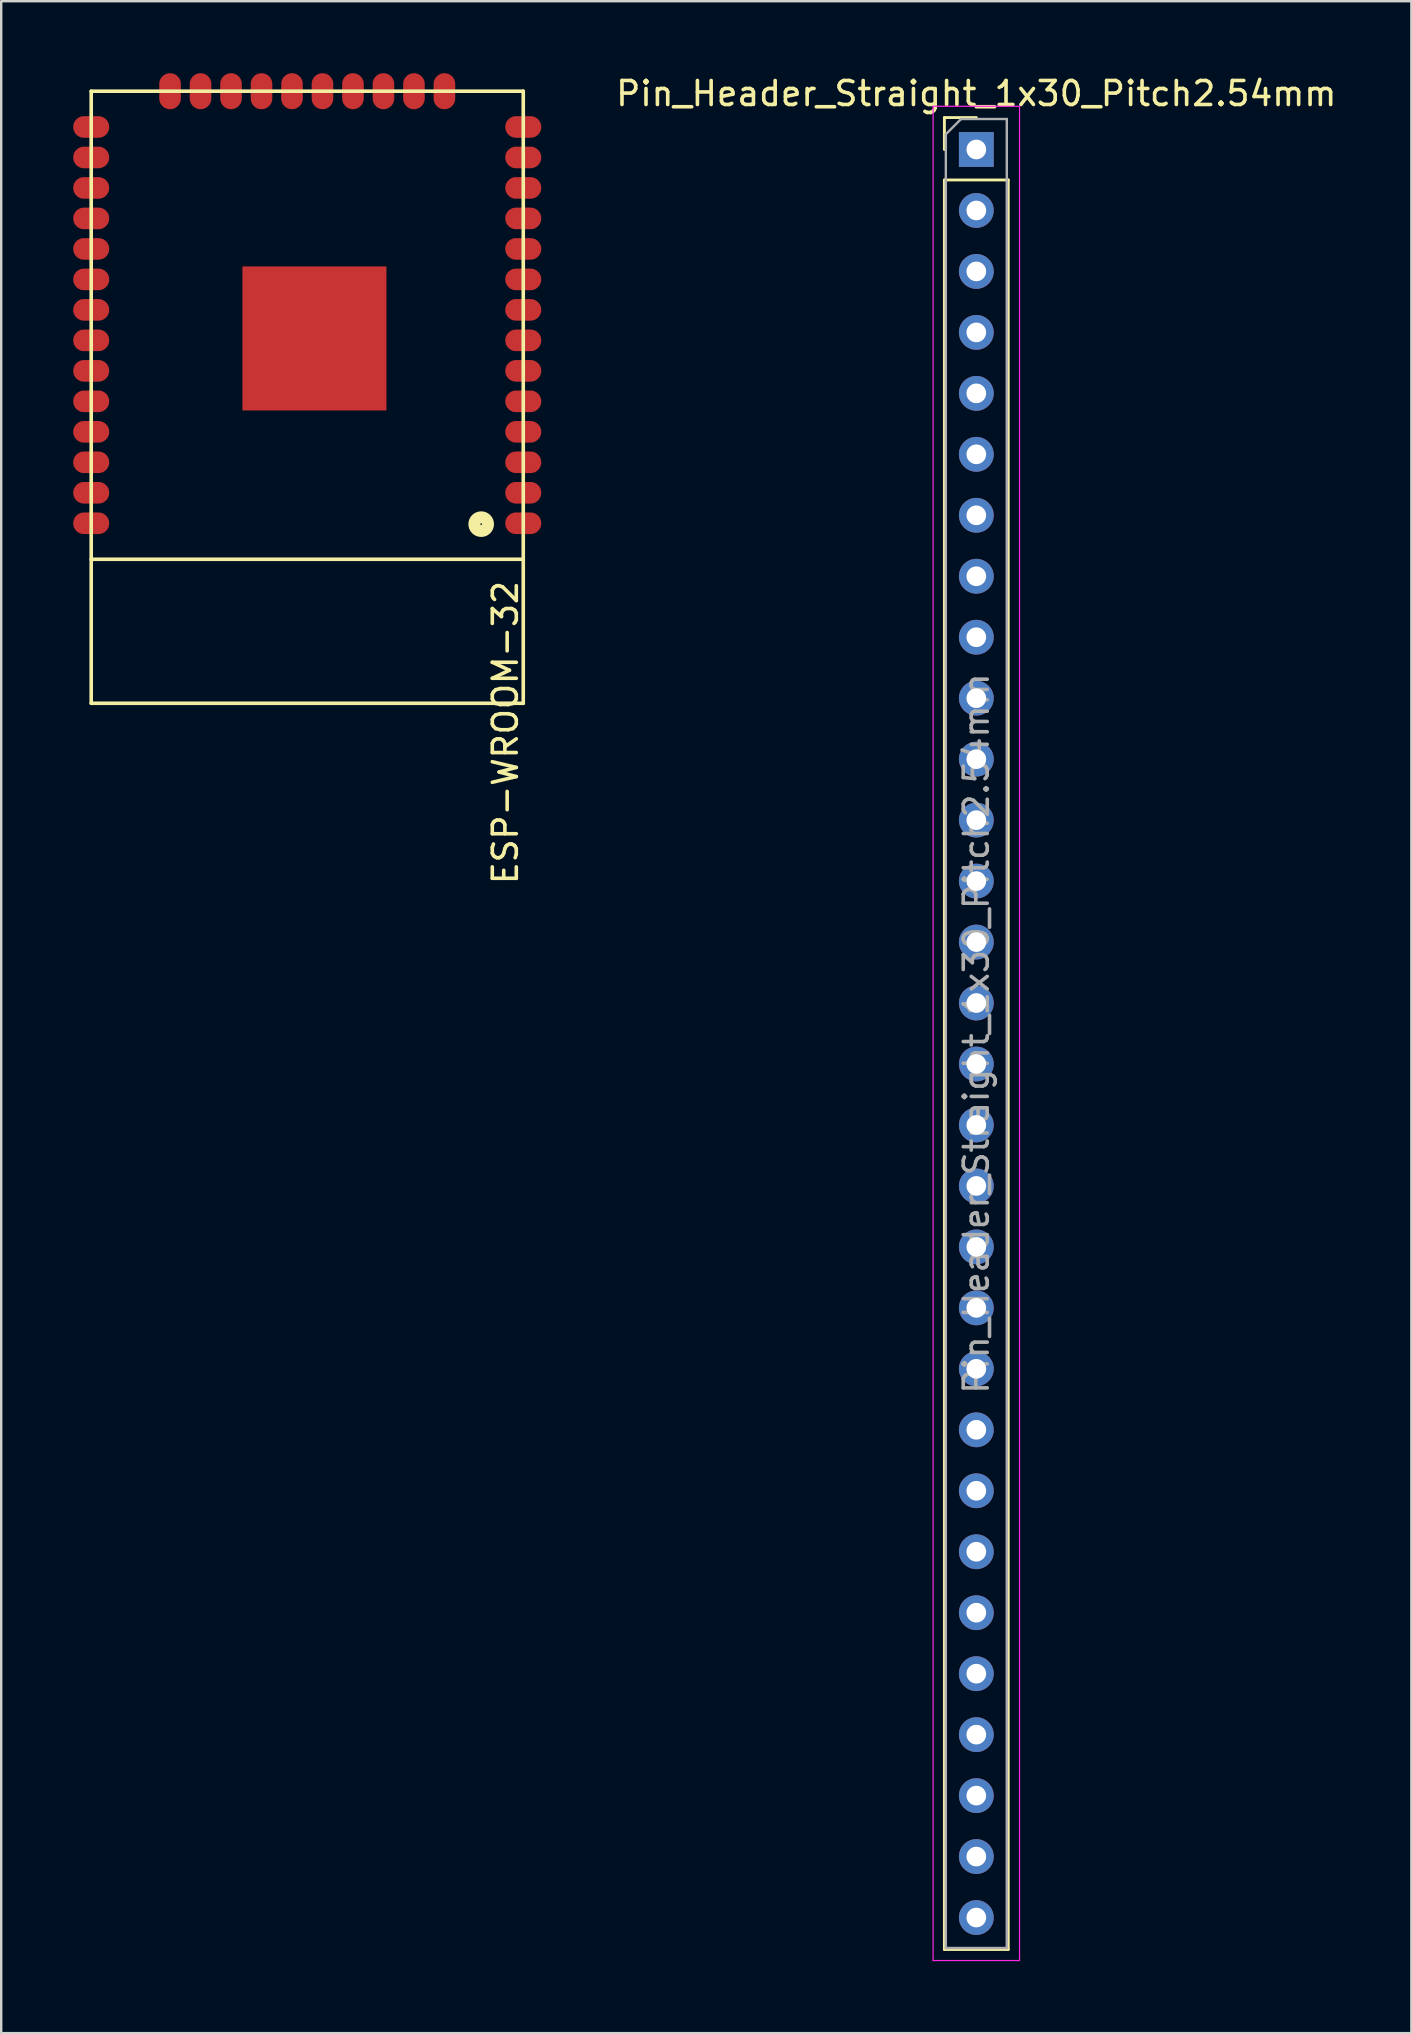
<source format=kicad_pcb>
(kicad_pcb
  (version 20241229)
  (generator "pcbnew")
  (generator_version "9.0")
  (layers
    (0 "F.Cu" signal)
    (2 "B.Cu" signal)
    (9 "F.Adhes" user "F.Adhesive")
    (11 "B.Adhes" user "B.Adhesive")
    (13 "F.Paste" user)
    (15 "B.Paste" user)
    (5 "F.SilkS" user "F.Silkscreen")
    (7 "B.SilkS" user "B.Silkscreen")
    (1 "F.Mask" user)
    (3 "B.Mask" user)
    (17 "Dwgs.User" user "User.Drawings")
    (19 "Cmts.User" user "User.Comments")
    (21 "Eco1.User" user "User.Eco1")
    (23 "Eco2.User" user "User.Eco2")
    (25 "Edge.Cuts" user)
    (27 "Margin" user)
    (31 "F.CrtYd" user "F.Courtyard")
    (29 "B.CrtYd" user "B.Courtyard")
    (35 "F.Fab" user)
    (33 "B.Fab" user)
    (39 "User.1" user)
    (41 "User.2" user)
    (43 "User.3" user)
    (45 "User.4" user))
  (footprint "Pin_Header_Straight_1x30_Pitch2.54mm"
    (layer "F.Cu")
    (at 37.625 3.178)
    (property "Reference" "Pin_Header_Straight_1x30_Pitch2.54mm" (at 0 -2.33 0) (layer "F.SilkS") (effects (font (size 1 1) (thickness 0.15))))
    (attr through_hole)
    (fp_line (start -1.33 -1.33) (end 0 -1.33) (stroke (width 0.12) (type solid)) (layer "F.SilkS"))
    (fp_line (start -1.33 0) (end -1.33 -1.33) (stroke (width 0.12) (type solid)) (layer "F.SilkS"))
    (fp_line (start -1.33 1.27) (end -1.33 74.99) (stroke (width 0.12) (type solid)) (layer "F.SilkS"))
    (fp_line (start -1.33 1.27) (end 1.33 1.27) (stroke (width 0.12) (type solid)) (layer "F.SilkS"))
    (fp_line (start -1.33 74.99) (end 1.33 74.99) (stroke (width 0.12) (type solid)) (layer "F.SilkS"))
    (fp_line (start 1.33 1.27) (end 1.33 74.99) (stroke (width 0.12) (type solid)) (layer "F.SilkS"))
    (fp_line (start -1.8 -1.8) (end -1.8 75.45) (stroke (width 0.05) (type solid)) (layer "F.CrtYd"))
    (fp_line (start -1.8 75.45) (end 1.8 75.45) (stroke (width 0.05) (type solid)) (layer "F.CrtYd"))
    (fp_line (start 1.8 -1.8) (end -1.8 -1.8) (stroke (width 0.05) (type solid)) (layer "F.CrtYd"))
    (fp_line (start 1.8 75.45) (end 1.8 -1.8) (stroke (width 0.05) (type solid)) (layer "F.CrtYd"))
    (fp_line (start -1.27 -0.635) (end -0.635 -1.27) (stroke (width 0.1) (type solid)) (layer "F.Fab"))
    (fp_line (start -1.27 74.93) (end -1.27 -0.635) (stroke (width 0.1) (type solid)) (layer "F.Fab"))
    (fp_line (start -0.635 -1.27) (end 1.27 -1.27) (stroke (width 0.1) (type solid)) (layer "F.Fab"))
    (fp_line (start 1.27 -1.27) (end 1.27 74.93) (stroke (width 0.1) (type solid)) (layer "F.Fab"))
    (fp_line (start 1.27 74.93) (end -1.27 74.93) (stroke (width 0.1) (type solid)) (layer "F.Fab"))
    (fp_text user "${REFERENCE}" (at 0 36.83 90) (layer "F.Fab") (effects (font (size 1 1) (thickness 0.15))))
    (pad "1" thru_hole rect (at 0 0) (size 1.45 1.45) (drill 0.82) (layers "*.Cu" "*.Mask"))
    (pad "2" thru_hole oval (at 0 2.54) (size 1.45 1.45) (drill 0.82) (layers "*.Cu" "*.Mask"))
    (pad "3" thru_hole oval (at 0 5.08) (size 1.45 1.45) (drill 0.82) (layers "*.Cu" "*.Mask"))
    (pad "4" thru_hole oval (at 0 7.62) (size 1.45 1.45) (drill 0.82) (layers "*.Cu" "*.Mask"))
    (pad "5" thru_hole oval (at 0 10.16) (size 1.45 1.45) (drill 0.82) (layers "*.Cu" "*.Mask"))
    (pad "6" thru_hole oval (at 0 12.7) (size 1.45 1.45) (drill 0.82) (layers "*.Cu" "*.Mask"))
    (pad "7" thru_hole oval (at 0 15.24) (size 1.45 1.45) (drill 0.82) (layers "*.Cu" "*.Mask"))
    (pad "8" thru_hole oval (at 0 17.78) (size 1.45 1.45) (drill 0.82) (layers "*.Cu" "*.Mask"))
    (pad "9" thru_hole oval (at 0 20.32) (size 1.45 1.45) (drill 0.82) (layers "*.Cu" "*.Mask"))
    (pad "10" thru_hole oval (at 0 22.86) (size 1.45 1.45) (drill 0.82) (layers "*.Cu" "*.Mask"))
    (pad "11" thru_hole oval (at 0 25.4) (size 1.45 1.45) (drill 0.82) (layers "*.Cu" "*.Mask"))
    (pad "12" thru_hole oval (at 0 27.94) (size 1.45 1.45) (drill 0.82) (layers "*.Cu" "*.Mask"))
    (pad "13" thru_hole oval (at 0 30.48) (size 1.45 1.45) (drill 0.82) (layers "*.Cu" "*.Mask"))
    (pad "14" thru_hole oval (at 0 33.02) (size 1.45 1.45) (drill 0.82) (layers "*.Cu" "*.Mask"))
    (pad "15" thru_hole oval (at 0 35.56) (size 1.45 1.45) (drill 0.82) (layers "*.Cu" "*.Mask"))
    (pad "16" thru_hole oval (at 0 38.1) (size 1.45 1.45) (drill 0.82) (layers "*.Cu" "*.Mask"))
    (pad "17" thru_hole oval (at 0 40.64) (size 1.45 1.45) (drill 0.82) (layers "*.Cu" "*.Mask"))
    (pad "18" thru_hole oval (at 0 43.18) (size 1.45 1.45) (drill 0.82) (layers "*.Cu" "*.Mask"))
    (pad "19" thru_hole oval (at 0 45.72) (size 1.45 1.45) (drill 0.82) (layers "*.Cu" "*.Mask"))
    (pad "20" thru_hole oval (at 0 48.26) (size 1.45 1.45) (drill 0.82) (layers "*.Cu" "*.Mask"))
    (pad "21" thru_hole oval (at 0 50.8) (size 1.45 1.45) (drill 0.82) (layers "*.Cu" "*.Mask"))
    (pad "22" thru_hole oval (at 0 53.34) (size 1.45 1.45) (drill 0.82) (layers "*.Cu" "*.Mask"))
    (pad "23" thru_hole oval (at 0 55.88) (size 1.45 1.45) (drill 0.82) (layers "*.Cu" "*.Mask"))
    (pad "24" thru_hole oval (at 0 58.42) (size 1.45 1.45) (drill 0.82) (layers "*.Cu" "*.Mask"))
    (pad "25" thru_hole oval (at 0 60.96) (size 1.45 1.45) (drill 0.82) (layers "*.Cu" "*.Mask"))
    (pad "26" thru_hole oval (at 0 63.5) (size 1.45 1.45) (drill 0.82) (layers "*.Cu" "*.Mask"))
    (pad "27" thru_hole oval (at 0 66.04) (size 1.45 1.45) (drill 0.82) (layers "*.Cu" "*.Mask"))
    (pad "28" thru_hole oval (at 0 68.58) (size 1.45 1.45) (drill 0.82) (layers "*.Cu" "*.Mask"))
    (pad "29" thru_hole oval (at 0 71.12) (size 1.45 1.45) (drill 0.82) (layers "*.Cu" "*.Mask"))
    (pad "30" thru_hole oval (at 0 73.66) (size 1.45 1.45) (drill 0.82) (layers "*.Cu" "*.Mask")))
  (footprint "ESP-WROOM-32"
    (layer "F.Cu")
    (at 9.75 13.5)
    (property "Reference" "ESP-WROOM-32" (at 8.255 13.97 90) (layer "F.SilkS") (effects (font (size 1 1) (thickness 0.15))))
    (attr through_hole)
    (fp_line (start -9 -12.75) (end 9 -12.75) (stroke (width 0.15) (type solid)) (layer "F.SilkS"))
    (fp_line (start -9 6.75) (end 9 6.75) (stroke (width 0.15) (type solid)) (layer "F.SilkS"))
    (fp_line (start -9 12.75) (end -9 -12.75) (stroke (width 0.15) (type solid)) (layer "F.SilkS"))
    (fp_line (start -9 12.75) (end 9 12.75) (stroke (width 0.15) (type solid)) (layer "F.SilkS"))
    (fp_line (start 9 12.75) (end 9 -12.75) (stroke (width 0.15) (type solid)) (layer "F.SilkS"))
    (fp_circle (center 7.247 5.287) (end 7.374 5.541) (stroke (width 0.5) (type solid)) (fill no) (layer "F.SilkS"))
    (pad "1" smd oval (at 9 5.25) (size 1.5 0.9) (layers "F.Cu" "F.Mask" "F.Paste"))
    (pad "2" smd oval (at 9 3.98) (size 1.5 0.9) (layers "F.Cu" "F.Mask" "F.Paste"))
    (pad "3" smd oval (at 9 2.71) (size 1.5 0.9) (layers "F.Cu" "F.Mask" "F.Paste"))
    (pad "4" smd oval (at 9 1.44) (size 1.5 0.9) (layers "F.Cu" "F.Mask" "F.Paste"))
    (pad "5" smd oval (at 9 0.17) (size 1.5 0.9) (layers "F.Cu" "F.Mask" "F.Paste"))
    (pad "6" smd oval (at 9 -1.1) (size 1.5 0.9) (layers "F.Cu" "F.Mask" "F.Paste"))
    (pad "7" smd oval (at 9 -2.37) (size 1.5 0.9) (layers "F.Cu" "F.Mask" "F.Paste"))
    (pad "8" smd oval (at 9 -3.64) (size 1.5 0.9) (layers "F.Cu" "F.Mask" "F.Paste"))
    (pad "9" smd oval (at 9 -4.91) (size 1.5 0.9) (layers "F.Cu" "F.Mask" "F.Paste"))
    (pad "10" smd oval (at 9 -6.18) (size 1.5 0.9) (layers "F.Cu" "F.Mask" "F.Paste"))
    (pad "11" smd oval (at 9 -7.45) (size 1.5 0.9) (layers "F.Cu" "F.Mask" "F.Paste"))
    (pad "12" smd oval (at 9 -8.72) (size 1.5 0.9) (layers "F.Cu" "F.Mask" "F.Paste"))
    (pad "13" smd oval (at 9 -9.99) (size 1.5 0.9) (layers "F.Cu" "F.Mask" "F.Paste"))
    (pad "14" smd oval (at 9 -11.26) (size 1.5 0.9) (layers "F.Cu" "F.Mask" "F.Paste"))
    (pad "15" smd oval (at 5.715 -12.75) (size 0.9 1.5) (layers "F.Cu" "F.Mask" "F.Paste"))
    (pad "16" smd oval (at 4.445 -12.75) (size 0.9 1.5) (layers "F.Cu" "F.Mask" "F.Paste"))
    (pad "17" smd oval (at 3.175 -12.75) (size 0.9 1.5) (layers "F.Cu" "F.Mask" "F.Paste"))
    (pad "18" smd oval (at 1.905 -12.75) (size 0.9 1.5) (layers "F.Cu" "F.Mask" "F.Paste"))
    (pad "19" smd oval (at 0.635 -12.75) (size 0.9 1.5) (layers "F.Cu" "F.Mask" "F.Paste"))
    (pad "20" smd oval (at -0.635 -12.75) (size 0.9 1.5) (layers "F.Cu" "F.Mask" "F.Paste"))
    (pad "21" smd oval (at -1.905 -12.75) (size 0.9 1.5) (layers "F.Cu" "F.Mask" "F.Paste"))
    (pad "22" smd oval (at -3.175 -12.75) (size 0.9 1.5) (layers "F.Cu" "F.Mask" "F.Paste"))
    (pad "23" smd oval (at -4.445 -12.75) (size 0.9 1.5) (layers "F.Cu" "F.Mask" "F.Paste"))
    (pad "24" smd oval (at -5.715 -12.75) (size 0.9 1.5) (layers "F.Cu" "F.Mask" "F.Paste"))
    (pad "25" smd oval (at -9 -11.26) (size 1.5 0.9) (layers "F.Cu" "F.Mask" "F.Paste"))
    (pad "26" smd oval (at -9 -9.99) (size 1.5 0.9) (layers "F.Cu" "F.Mask" "F.Paste"))
    (pad "27" smd oval (at -9 -8.72) (size 1.5 0.9) (layers "F.Cu" "F.Mask" "F.Paste"))
    (pad "28" smd oval (at -9 -7.45) (size 1.5 0.9) (layers "F.Cu" "F.Mask" "F.Paste"))
    (pad "29" smd oval (at -9 -6.18) (size 1.5 0.9) (layers "F.Cu" "F.Mask" "F.Paste"))
    (pad "30" smd oval (at -9 -4.91) (size 1.5 0.9) (layers "F.Cu" "F.Mask" "F.Paste"))
    (pad "31" smd oval (at -9 -3.64) (size 1.5 0.9) (layers "F.Cu" "F.Mask" "F.Paste"))
    (pad "32" smd oval (at -9 -2.37) (size 1.5 0.9) (layers "F.Cu" "F.Mask" "F.Paste"))
    (pad "33" smd oval (at -9 -1.1) (size 1.5 0.9) (layers "F.Cu" "F.Mask" "F.Paste"))
    (pad "34" smd oval (at -9 0.17) (size 1.5 0.9) (layers "F.Cu" "F.Mask" "F.Paste"))
    (pad "35" smd oval (at -9 1.44) (size 1.5 0.9) (layers "F.Cu" "F.Mask" "F.Paste"))
    (pad "36" smd oval (at -9 2.71) (size 1.5 0.9) (layers "F.Cu" "F.Mask" "F.Paste"))
    (pad "37" smd oval (at -9 3.98) (size 1.5 0.9) (layers "F.Cu" "F.Mask" "F.Paste"))
    (pad "38" smd oval (at -9 5.25) (size 1.5 0.9) (layers "F.Cu" "F.Mask" "F.Paste"))
    (pad "39" smd rect (at 0.3 -2.45) (size 6 6) (layers "F.Cu" "F.Mask" "F.Paste")))
  (gr_rect
    (start -3 -3)
    (end 55.75 81.653)
    (stroke (width 0.1) (type default))
    (fill no)
    (layer "Edge.Cuts")))
</source>
